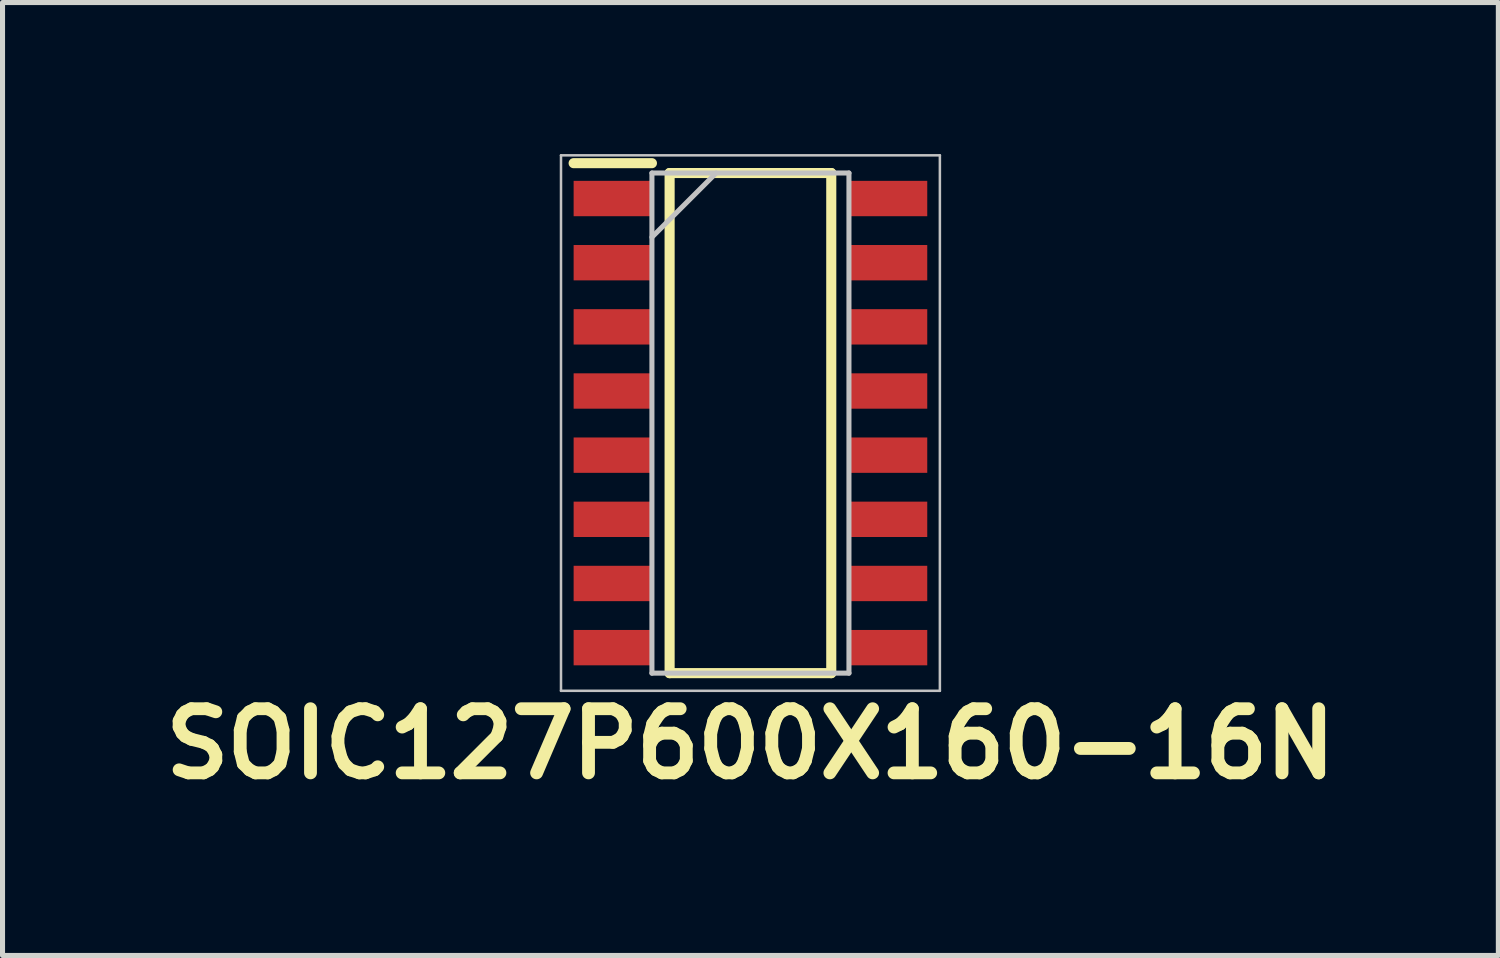
<source format=kicad_pcb>
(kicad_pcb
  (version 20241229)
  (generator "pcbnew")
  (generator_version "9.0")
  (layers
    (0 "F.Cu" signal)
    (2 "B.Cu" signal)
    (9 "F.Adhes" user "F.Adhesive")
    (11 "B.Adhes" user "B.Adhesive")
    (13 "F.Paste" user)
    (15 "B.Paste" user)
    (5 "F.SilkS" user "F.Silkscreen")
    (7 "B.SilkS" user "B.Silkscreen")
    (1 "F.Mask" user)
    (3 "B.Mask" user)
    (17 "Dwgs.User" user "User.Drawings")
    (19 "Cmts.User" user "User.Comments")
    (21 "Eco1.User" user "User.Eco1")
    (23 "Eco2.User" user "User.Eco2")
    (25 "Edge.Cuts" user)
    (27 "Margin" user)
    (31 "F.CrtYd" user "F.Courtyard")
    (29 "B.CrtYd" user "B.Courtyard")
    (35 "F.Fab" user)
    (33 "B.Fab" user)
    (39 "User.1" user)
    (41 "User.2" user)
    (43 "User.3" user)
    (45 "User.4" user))
  (footprint "SOIC127P600X160-16N"
    (layer "F.Cu")
    (at 11.805 5.325)
    (property "Reference" "SOIC127P600X160-16N" (at 0 6.35 0) (layer "F.SilkS") (effects (font (size 1.27 1.27) (thickness 0.254))))
    (attr smd)
    (fp_line (start -3.5 -5.145) (end -1.95 -5.145) (stroke (width 0.2) (type solid)) (layer "F.SilkS"))
    (fp_line (start -1.6 -4.95) (end 1.6 -4.95) (stroke (width 0.2) (type solid)) (layer "F.SilkS"))
    (fp_line (start -1.6 4.95) (end -1.6 -4.95) (stroke (width 0.2) (type solid)) (layer "F.SilkS"))
    (fp_line (start 1.6 -4.95) (end 1.6 4.95) (stroke (width 0.2) (type solid)) (layer "F.SilkS"))
    (fp_line (start 1.6 4.95) (end -1.6 4.95) (stroke (width 0.2) (type solid)) (layer "F.SilkS"))
    (fp_line (start -3.75 -5.3) (end 3.75 -5.3) (stroke (width 0.05) (type solid)) (layer "Dwgs.User"))
    (fp_line (start -3.75 5.3) (end -3.75 -5.3) (stroke (width 0.05) (type solid)) (layer "Dwgs.User"))
    (fp_line (start -1.95 -4.95) (end 1.95 -4.95) (stroke (width 0.1) (type solid)) (layer "Dwgs.User"))
    (fp_line (start -1.95 -3.68) (end -0.68 -4.95) (stroke (width 0.1) (type solid)) (layer "Dwgs.User"))
    (fp_line (start -1.95 4.95) (end -1.95 -4.95) (stroke (width 0.1) (type solid)) (layer "Dwgs.User"))
    (fp_line (start 1.95 -4.95) (end 1.95 4.95) (stroke (width 0.1) (type solid)) (layer "Dwgs.User"))
    (fp_line (start 1.95 4.95) (end -1.95 4.95) (stroke (width 0.1) (type solid)) (layer "Dwgs.User"))
    (fp_line (start 3.75 -5.3) (end 3.75 5.3) (stroke (width 0.05) (type solid)) (layer "Dwgs.User"))
    (fp_line (start 3.75 5.3) (end -3.75 5.3) (stroke (width 0.05) (type solid)) (layer "Dwgs.User"))
    (pad "1" smd rect (at -2.725 -4.445 90) (size 0.7 1.55) (layers "F.Cu" "F.Mask" "F.Paste"))
    (pad "2" smd rect (at -2.725 -3.175 90) (size 0.7 1.55) (layers "F.Cu" "F.Mask" "F.Paste"))
    (pad "3" smd rect (at -2.725 -1.905 90) (size 0.7 1.55) (layers "F.Cu" "F.Mask" "F.Paste"))
    (pad "4" smd rect (at -2.725 -0.635 90) (size 0.7 1.55) (layers "F.Cu" "F.Mask" "F.Paste"))
    (pad "5" smd rect (at -2.725 0.635 90) (size 0.7 1.55) (layers "F.Cu" "F.Mask" "F.Paste"))
    (pad "6" smd rect (at -2.725 1.905 90) (size 0.7 1.55) (layers "F.Cu" "F.Mask" "F.Paste"))
    (pad "7" smd rect (at -2.725 3.175 90) (size 0.7 1.55) (layers "F.Cu" "F.Mask" "F.Paste"))
    (pad "8" smd rect (at -2.725 4.445 90) (size 0.7 1.55) (layers "F.Cu" "F.Mask" "F.Paste"))
    (pad "9" smd rect (at 2.725 4.445 90) (size 0.7 1.55) (layers "F.Cu" "F.Mask" "F.Paste"))
    (pad "10" smd rect (at 2.725 3.175 90) (size 0.7 1.55) (layers "F.Cu" "F.Mask" "F.Paste"))
    (pad "11" smd rect (at 2.725 1.905 90) (size 0.7 1.55) (layers "F.Cu" "F.Mask" "F.Paste"))
    (pad "12" smd rect (at 2.725 0.635 90) (size 0.7 1.55) (layers "F.Cu" "F.Mask" "F.Paste"))
    (pad "13" smd rect (at 2.725 -0.635 90) (size 0.7 1.55) (layers "F.Cu" "F.Mask" "F.Paste"))
    (pad "14" smd rect (at 2.725 -1.905 90) (size 0.7 1.55) (layers "F.Cu" "F.Mask" "F.Paste"))
    (pad "15" smd rect (at 2.725 -3.175 90) (size 0.7 1.55) (layers "F.Cu" "F.Mask" "F.Paste"))
    (pad "16" smd rect (at 2.725 -4.445 90) (size 0.7 1.55) (layers "F.Cu" "F.Mask" "F.Paste")))
  (gr_rect
    (start -3 -3)
    (end 26.61 15.864)
    (stroke (width 0.1) (type default))
    (fill no)
    (layer "Edge.Cuts")))
</source>
